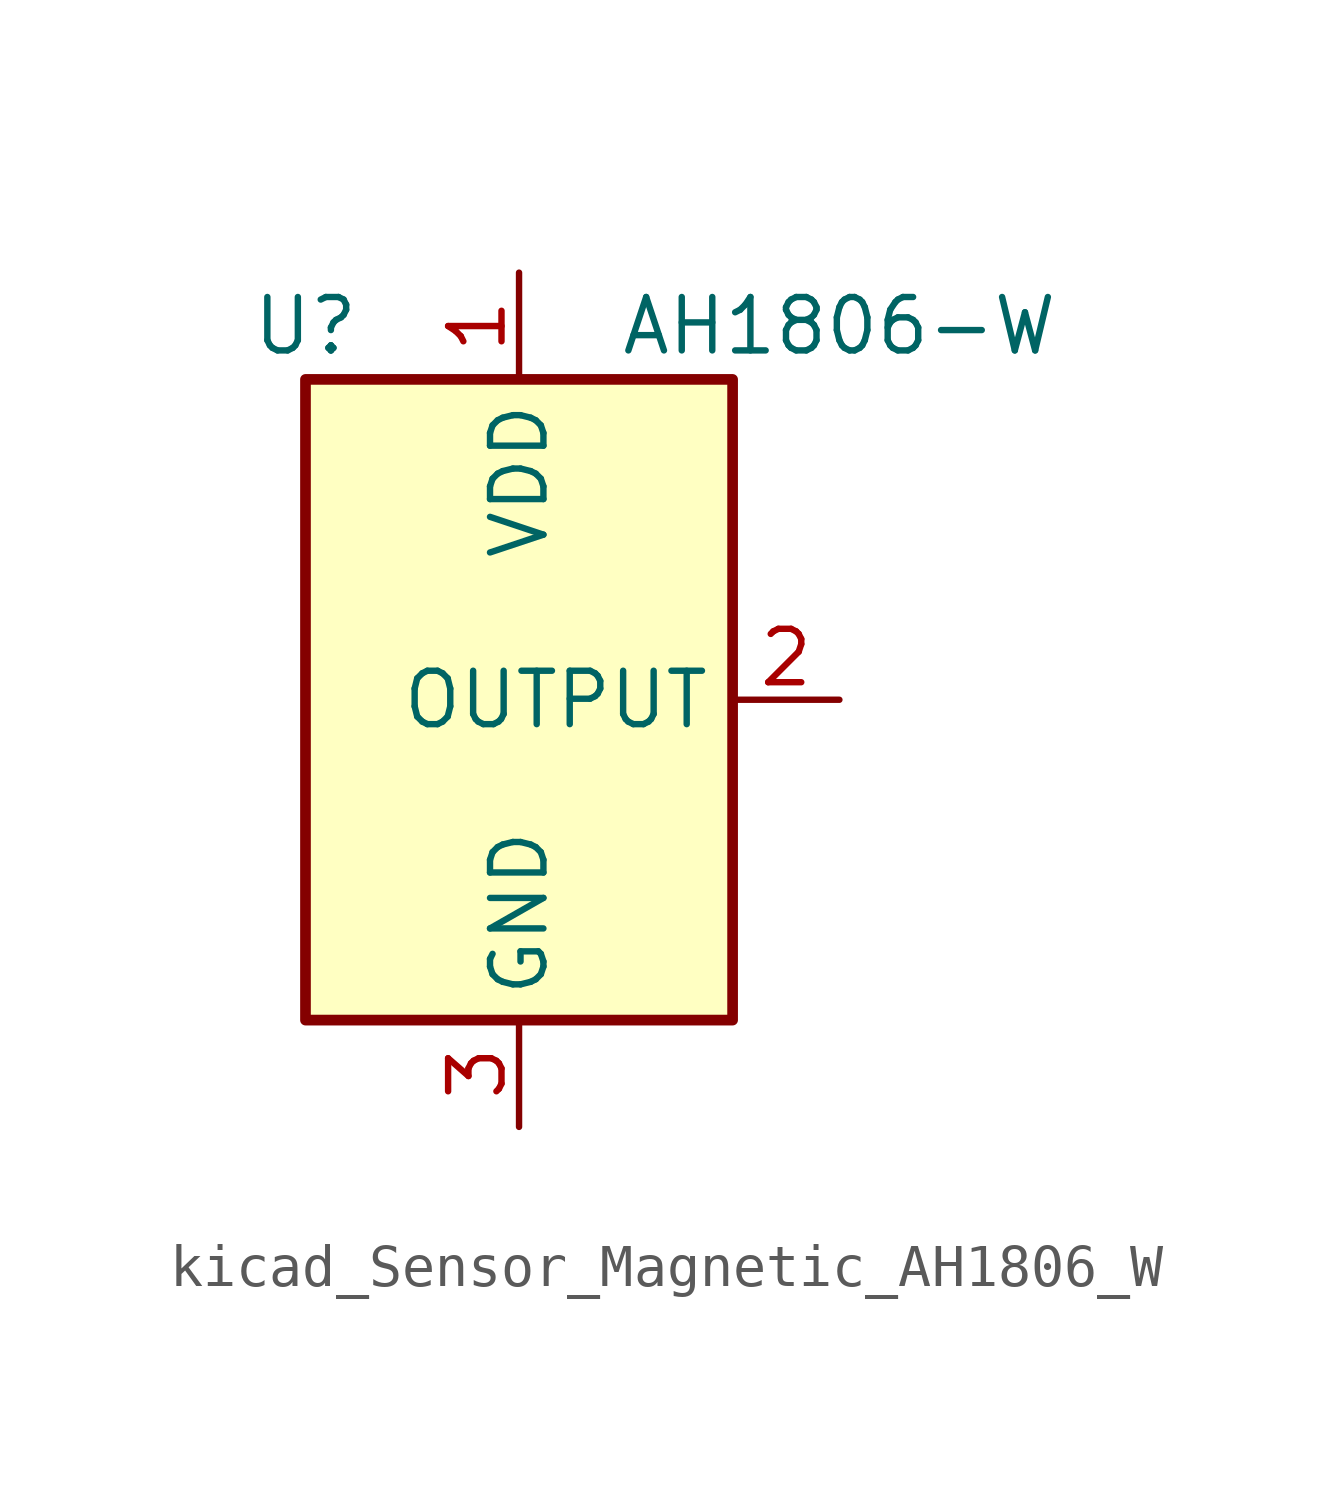
<source format=kicad_sym>
(kicad_symbol_lib
  (version 20220914)
  (generator kicad_symbol_editor)
  (symbol "kicad_Sensor_Magnetic_AH1806_W"
    (property "Reference" "U"
      (at -5.08 8.89 0)
      (effects (font (size 1.27 1.27))))
    (property "Value" "AH1806-W"
      (at 7.62 8.89 0)
      (effects (font (size 1.27 1.27))))
    (symbol "kicad_Sensor_Magnetic_AH1806_W_0_1"
      (rectangle (start 5.08 7.62) (end -5.08 -7.62) (stroke (width 0.254) (type default)) (fill (type background))))
    (symbol "kicad_Sensor_Magnetic_AH1806_W_1_1"
      (pin power_in line (at 0 10.16 270) (length 2.54) (name "VDD" (effects (font (size 1.27 1.27)))) (number "1" (effects (font (size 1.27 1.27)))))
      (pin open_collector line (at 7.62 0 180) (length 2.54) (name "OUTPUT" (effects (font (size 1.27 1.27)))) (number "2" (effects (font (size 1.27 1.27)))))
      (pin power_in line (at 0 -10.16 90) (length 2.54) (name "GND" (effects (font (size 1.27 1.27)))) (number "3" (effects (font (size 1.27 1.27))))))))
</source>
